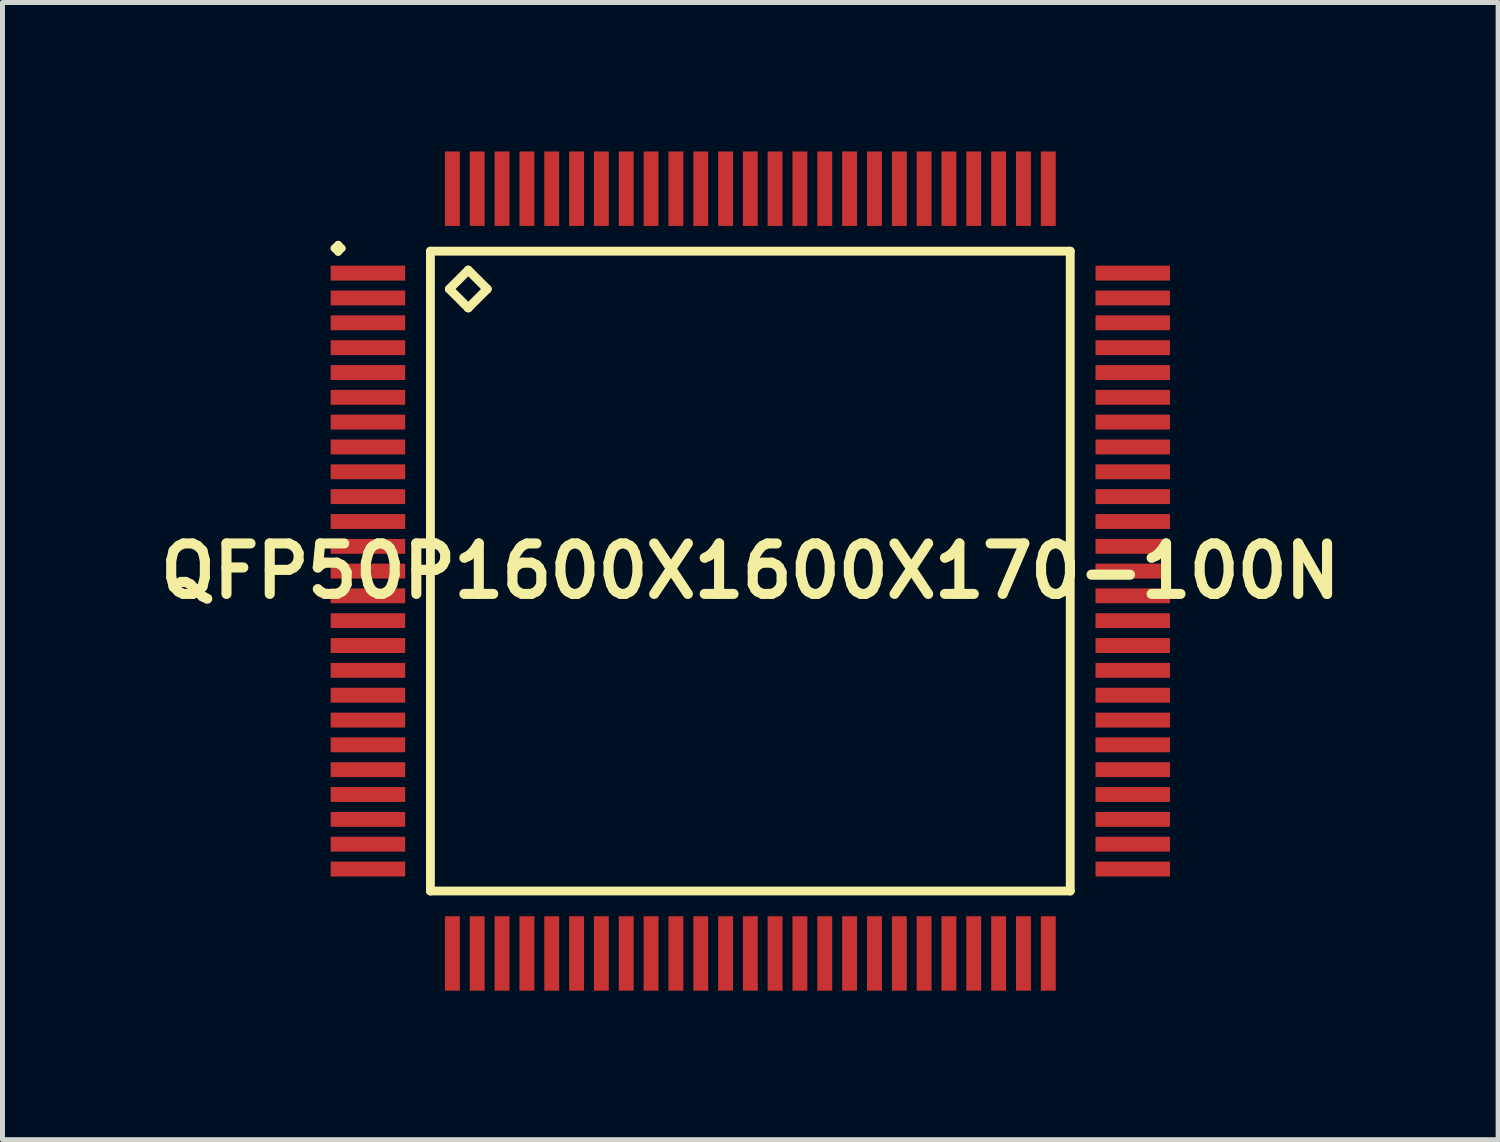
<source format=kicad_pcb>
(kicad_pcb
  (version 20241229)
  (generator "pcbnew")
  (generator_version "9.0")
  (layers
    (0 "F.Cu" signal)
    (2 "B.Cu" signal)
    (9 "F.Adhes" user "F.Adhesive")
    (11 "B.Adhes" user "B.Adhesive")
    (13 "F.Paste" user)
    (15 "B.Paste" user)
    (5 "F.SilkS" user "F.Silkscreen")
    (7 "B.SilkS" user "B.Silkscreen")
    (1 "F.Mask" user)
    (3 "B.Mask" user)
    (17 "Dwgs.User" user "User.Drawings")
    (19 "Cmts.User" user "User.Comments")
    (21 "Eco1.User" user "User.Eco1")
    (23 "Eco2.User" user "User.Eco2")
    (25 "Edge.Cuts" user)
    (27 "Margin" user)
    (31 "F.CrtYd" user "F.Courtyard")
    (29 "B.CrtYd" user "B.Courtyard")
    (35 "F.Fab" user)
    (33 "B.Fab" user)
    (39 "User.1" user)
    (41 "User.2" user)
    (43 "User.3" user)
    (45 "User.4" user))
  (footprint "QFP50P1600X1600X170-100N"
    (layer "F.Cu")
    (at 12.057 8.448)
    (property "Reference" "QFP50P1600X1600X170-100N" (at 0 0 0) (layer "F.SilkS") (effects (font (size 1.016 1.016) (thickness 0.203))))
    (attr smd)
    (fp_line (start -8.374 -6.5) (end -8.298 -6.574) (stroke (width 0.15) (type solid)) (layer "F.SilkS"))
    (fp_line (start -8.298 -6.574) (end -8.225 -6.5) (stroke (width 0.15) (type solid)) (layer "F.SilkS"))
    (fp_line (start -8.298 -6.424) (end -8.374 -6.5) (stroke (width 0.15) (type solid)) (layer "F.SilkS"))
    (fp_line (start -8.225 -6.5) (end -8.298 -6.424) (stroke (width 0.15) (type solid)) (layer "F.SilkS"))
    (fp_line (start -6.441 -6.441) (end -6.441 6.441) (stroke (width 0.178) (type solid)) (layer "F.SilkS"))
    (fp_line (start -6.441 6.441) (end 6.441 6.441) (stroke (width 0.178) (type solid)) (layer "F.SilkS"))
    (fp_line (start -6.06 -5.679) (end -5.679 -6.06) (stroke (width 0.178) (type solid)) (layer "F.SilkS"))
    (fp_line (start -5.679 -6.06) (end -5.298 -5.679) (stroke (width 0.178) (type solid)) (layer "F.SilkS"))
    (fp_line (start -5.679 -5.298) (end -6.06 -5.679) (stroke (width 0.178) (type solid)) (layer "F.SilkS"))
    (fp_line (start -5.298 -5.679) (end -5.679 -5.298) (stroke (width 0.178) (type solid)) (layer "F.SilkS"))
    (fp_line (start 6.441 -6.441) (end -6.441 -6.441) (stroke (width 0.178) (type solid)) (layer "F.SilkS"))
    (fp_line (start 6.441 6.441) (end 6.441 -6.441) (stroke (width 0.178) (type solid)) (layer "F.SilkS"))
    (pad "1" smd rect (at -7.699 -5.999) (size 1.499 0.3) (layers "F.Cu" "F.Mask" "F.Paste"))
    (pad "2" smd rect (at -7.699 -5.499) (size 1.499 0.3) (layers "F.Cu" "F.Mask" "F.Paste"))
    (pad "3" smd rect (at -7.699 -4.999) (size 1.499 0.3) (layers "F.Cu" "F.Mask" "F.Paste"))
    (pad "4" smd rect (at -7.699 -4.498) (size 1.499 0.3) (layers "F.Cu" "F.Mask" "F.Paste"))
    (pad "5" smd rect (at -7.699 -3.998) (size 1.499 0.3) (layers "F.Cu" "F.Mask" "F.Paste"))
    (pad "6" smd rect (at -7.699 -3.498) (size 1.499 0.3) (layers "F.Cu" "F.Mask" "F.Paste"))
    (pad "7" smd rect (at -7.699 -3) (size 1.499 0.3) (layers "F.Cu" "F.Mask" "F.Paste"))
    (pad "8" smd rect (at -7.699 -2.499) (size 1.499 0.3) (layers "F.Cu" "F.Mask" "F.Paste"))
    (pad "9" smd rect (at -7.699 -1.999) (size 1.499 0.3) (layers "F.Cu" "F.Mask" "F.Paste"))
    (pad "10" smd rect (at -7.699 -1.499) (size 1.499 0.3) (layers "F.Cu" "F.Mask" "F.Paste"))
    (pad "11" smd rect (at -7.699 -0.998) (size 1.499 0.3) (layers "F.Cu" "F.Mask" "F.Paste"))
    (pad "12" smd rect (at -7.699 -0.498) (size 1.499 0.3) (layers "F.Cu" "F.Mask" "F.Paste"))
    (pad "13" smd rect (at -7.699 0) (size 1.499 0.3) (layers "F.Cu" "F.Mask" "F.Paste"))
    (pad "14" smd rect (at -7.699 0.498) (size 1.499 0.3) (layers "F.Cu" "F.Mask" "F.Paste"))
    (pad "15" smd rect (at -7.699 0.998) (size 1.499 0.3) (layers "F.Cu" "F.Mask" "F.Paste"))
    (pad "16" smd rect (at -7.699 1.499) (size 1.499 0.3) (layers "F.Cu" "F.Mask" "F.Paste"))
    (pad "17" smd rect (at -7.699 1.999) (size 1.499 0.3) (layers "F.Cu" "F.Mask" "F.Paste"))
    (pad "18" smd rect (at -7.699 2.499) (size 1.499 0.3) (layers "F.Cu" "F.Mask" "F.Paste"))
    (pad "19" smd rect (at -7.699 3) (size 1.499 0.3) (layers "F.Cu" "F.Mask" "F.Paste"))
    (pad "20" smd rect (at -7.699 3.498) (size 1.499 0.3) (layers "F.Cu" "F.Mask" "F.Paste"))
    (pad "21" smd rect (at -7.699 3.998) (size 1.499 0.3) (layers "F.Cu" "F.Mask" "F.Paste"))
    (pad "22" smd rect (at -7.699 4.498) (size 1.499 0.3) (layers "F.Cu" "F.Mask" "F.Paste"))
    (pad "23" smd rect (at -7.699 4.999) (size 1.499 0.3) (layers "F.Cu" "F.Mask" "F.Paste"))
    (pad "24" smd rect (at -7.699 5.499) (size 1.499 0.3) (layers "F.Cu" "F.Mask" "F.Paste"))
    (pad "25" smd rect (at -7.699 5.999) (size 1.499 0.3) (layers "F.Cu" "F.Mask" "F.Paste"))
    (pad "26" smd rect (at -5.999 7.699) (size 0.3 1.499) (layers "F.Cu" "F.Mask" "F.Paste"))
    (pad "27" smd rect (at -5.499 7.699) (size 0.3 1.499) (layers "F.Cu" "F.Mask" "F.Paste"))
    (pad "28" smd rect (at -4.999 7.699) (size 0.3 1.499) (layers "F.Cu" "F.Mask" "F.Paste"))
    (pad "29" smd rect (at -4.498 7.699) (size 0.3 1.499) (layers "F.Cu" "F.Mask" "F.Paste"))
    (pad "30" smd rect (at -3.998 7.699) (size 0.3 1.499) (layers "F.Cu" "F.Mask" "F.Paste"))
    (pad "31" smd rect (at -3.498 7.699) (size 0.3 1.499) (layers "F.Cu" "F.Mask" "F.Paste"))
    (pad "32" smd rect (at -3 7.699) (size 0.3 1.499) (layers "F.Cu" "F.Mask" "F.Paste"))
    (pad "33" smd rect (at -2.499 7.699) (size 0.3 1.499) (layers "F.Cu" "F.Mask" "F.Paste"))
    (pad "34" smd rect (at -1.999 7.699) (size 0.3 1.499) (layers "F.Cu" "F.Mask" "F.Paste"))
    (pad "35" smd rect (at -1.499 7.699) (size 0.3 1.499) (layers "F.Cu" "F.Mask" "F.Paste"))
    (pad "36" smd rect (at -0.998 7.699) (size 0.3 1.499) (layers "F.Cu" "F.Mask" "F.Paste"))
    (pad "37" smd rect (at -0.498 7.699) (size 0.3 1.499) (layers "F.Cu" "F.Mask" "F.Paste"))
    (pad "38" smd rect (at 0 7.699) (size 0.3 1.499) (layers "F.Cu" "F.Mask" "F.Paste"))
    (pad "39" smd rect (at 0.498 7.699) (size 0.3 1.499) (layers "F.Cu" "F.Mask" "F.Paste"))
    (pad "40" smd rect (at 0.998 7.699) (size 0.3 1.499) (layers "F.Cu" "F.Mask" "F.Paste"))
    (pad "41" smd rect (at 1.499 7.699) (size 0.3 1.499) (layers "F.Cu" "F.Mask" "F.Paste"))
    (pad "42" smd rect (at 1.999 7.699) (size 0.3 1.499) (layers "F.Cu" "F.Mask" "F.Paste"))
    (pad "43" smd rect (at 2.499 7.699) (size 0.3 1.499) (layers "F.Cu" "F.Mask" "F.Paste"))
    (pad "44" smd rect (at 3 7.699) (size 0.3 1.499) (layers "F.Cu" "F.Mask" "F.Paste"))
    (pad "45" smd rect (at 3.498 7.699) (size 0.3 1.499) (layers "F.Cu" "F.Mask" "F.Paste"))
    (pad "46" smd rect (at 3.998 7.699) (size 0.3 1.499) (layers "F.Cu" "F.Mask" "F.Paste"))
    (pad "47" smd rect (at 4.498 7.699) (size 0.3 1.499) (layers "F.Cu" "F.Mask" "F.Paste"))
    (pad "48" smd rect (at 4.999 7.699) (size 0.3 1.499) (layers "F.Cu" "F.Mask" "F.Paste"))
    (pad "49" smd rect (at 5.499 7.699) (size 0.3 1.499) (layers "F.Cu" "F.Mask" "F.Paste"))
    (pad "50" smd rect (at 5.999 7.699) (size 0.3 1.499) (layers "F.Cu" "F.Mask" "F.Paste"))
    (pad "51" smd rect (at 7.699 5.999) (size 1.499 0.3) (layers "F.Cu" "F.Mask" "F.Paste"))
    (pad "52" smd rect (at 7.699 5.499) (size 1.499 0.3) (layers "F.Cu" "F.Mask" "F.Paste"))
    (pad "53" smd rect (at 7.699 4.999) (size 1.499 0.3) (layers "F.Cu" "F.Mask" "F.Paste"))
    (pad "54" smd rect (at 7.699 4.498) (size 1.499 0.3) (layers "F.Cu" "F.Mask" "F.Paste"))
    (pad "55" smd rect (at 7.699 3.998) (size 1.499 0.3) (layers "F.Cu" "F.Mask" "F.Paste"))
    (pad "56" smd rect (at 7.699 3.498) (size 1.499 0.3) (layers "F.Cu" "F.Mask" "F.Paste"))
    (pad "57" smd rect (at 7.699 3) (size 1.499 0.3) (layers "F.Cu" "F.Mask" "F.Paste"))
    (pad "58" smd rect (at 7.699 2.499) (size 1.499 0.3) (layers "F.Cu" "F.Mask" "F.Paste"))
    (pad "59" smd rect (at 7.699 1.999) (size 1.499 0.3) (layers "F.Cu" "F.Mask" "F.Paste"))
    (pad "60" smd rect (at 7.699 1.499) (size 1.499 0.3) (layers "F.Cu" "F.Mask" "F.Paste"))
    (pad "61" smd rect (at 7.699 0.998) (size 1.499 0.3) (layers "F.Cu" "F.Mask" "F.Paste"))
    (pad "62" smd rect (at 7.699 0.498) (size 1.499 0.3) (layers "F.Cu" "F.Mask" "F.Paste"))
    (pad "63" smd rect (at 7.699 0) (size 1.499 0.3) (layers "F.Cu" "F.Mask" "F.Paste"))
    (pad "64" smd rect (at 7.699 -0.498) (size 1.499 0.3) (layers "F.Cu" "F.Mask" "F.Paste"))
    (pad "65" smd rect (at 7.699 -0.998) (size 1.499 0.3) (layers "F.Cu" "F.Mask" "F.Paste"))
    (pad "66" smd rect (at 7.699 -1.499) (size 1.499 0.3) (layers "F.Cu" "F.Mask" "F.Paste"))
    (pad "67" smd rect (at 7.699 -1.999) (size 1.499 0.3) (layers "F.Cu" "F.Mask" "F.Paste"))
    (pad "68" smd rect (at 7.699 -2.499) (size 1.499 0.3) (layers "F.Cu" "F.Mask" "F.Paste"))
    (pad "69" smd rect (at 7.699 -3) (size 1.499 0.3) (layers "F.Cu" "F.Mask" "F.Paste"))
    (pad "70" smd rect (at 7.699 -3.498) (size 1.499 0.3) (layers "F.Cu" "F.Mask" "F.Paste"))
    (pad "71" smd rect (at 7.699 -3.998) (size 1.499 0.3) (layers "F.Cu" "F.Mask" "F.Paste"))
    (pad "72" smd rect (at 7.699 -4.498) (size 1.499 0.3) (layers "F.Cu" "F.Mask" "F.Paste"))
    (pad "73" smd rect (at 7.699 -4.999) (size 1.499 0.3) (layers "F.Cu" "F.Mask" "F.Paste"))
    (pad "74" smd rect (at 7.699 -5.499) (size 1.499 0.3) (layers "F.Cu" "F.Mask" "F.Paste"))
    (pad "75" smd rect (at 7.699 -5.999) (size 1.499 0.3) (layers "F.Cu" "F.Mask" "F.Paste"))
    (pad "76" smd rect (at 5.999 -7.699) (size 0.3 1.499) (layers "F.Cu" "F.Mask" "F.Paste"))
    (pad "77" smd rect (at 5.499 -7.699) (size 0.3 1.499) (layers "F.Cu" "F.Mask" "F.Paste"))
    (pad "78" smd rect (at 4.999 -7.699) (size 0.3 1.499) (layers "F.Cu" "F.Mask" "F.Paste"))
    (pad "79" smd rect (at 4.498 -7.699) (size 0.3 1.499) (layers "F.Cu" "F.Mask" "F.Paste"))
    (pad "80" smd rect (at 3.998 -7.699) (size 0.3 1.499) (layers "F.Cu" "F.Mask" "F.Paste"))
    (pad "81" smd rect (at 3.498 -7.699) (size 0.3 1.499) (layers "F.Cu" "F.Mask" "F.Paste"))
    (pad "82" smd rect (at 3 -7.699) (size 0.3 1.499) (layers "F.Cu" "F.Mask" "F.Paste"))
    (pad "83" smd rect (at 2.499 -7.699) (size 0.3 1.499) (layers "F.Cu" "F.Mask" "F.Paste"))
    (pad "84" smd rect (at 1.999 -7.699) (size 0.3 1.499) (layers "F.Cu" "F.Mask" "F.Paste"))
    (pad "85" smd rect (at 1.499 -7.699) (size 0.3 1.499) (layers "F.Cu" "F.Mask" "F.Paste"))
    (pad "86" smd rect (at 0.998 -7.699) (size 0.3 1.499) (layers "F.Cu" "F.Mask" "F.Paste"))
    (pad "87" smd rect (at 0.498 -7.699) (size 0.3 1.499) (layers "F.Cu" "F.Mask" "F.Paste"))
    (pad "88" smd rect (at 0 -7.699) (size 0.3 1.499) (layers "F.Cu" "F.Mask" "F.Paste"))
    (pad "89" smd rect (at -0.498 -7.699) (size 0.3 1.499) (layers "F.Cu" "F.Mask" "F.Paste"))
    (pad "90" smd rect (at -0.998 -7.699) (size 0.3 1.499) (layers "F.Cu" "F.Mask" "F.Paste"))
    (pad "91" smd rect (at -1.499 -7.699) (size 0.3 1.499) (layers "F.Cu" "F.Mask" "F.Paste"))
    (pad "92" smd rect (at -1.999 -7.699) (size 0.3 1.499) (layers "F.Cu" "F.Mask" "F.Paste"))
    (pad "93" smd rect (at -2.499 -7.699) (size 0.3 1.499) (layers "F.Cu" "F.Mask" "F.Paste"))
    (pad "94" smd rect (at -3 -7.699) (size 0.3 1.499) (layers "F.Cu" "F.Mask" "F.Paste"))
    (pad "95" smd rect (at -3.498 -7.699) (size 0.3 1.499) (layers "F.Cu" "F.Mask" "F.Paste"))
    (pad "96" smd rect (at -3.998 -7.699) (size 0.3 1.499) (layers "F.Cu" "F.Mask" "F.Paste"))
    (pad "97" smd rect (at -4.498 -7.699) (size 0.3 1.499) (layers "F.Cu" "F.Mask" "F.Paste"))
    (pad "98" smd rect (at -4.999 -7.699) (size 0.3 1.499) (layers "F.Cu" "F.Mask" "F.Paste"))
    (pad "99" smd rect (at -5.499 -7.699) (size 0.3 1.499) (layers "F.Cu" "F.Mask" "F.Paste"))
    (pad "100" smd rect (at -5.999 -7.699) (size 0.3 1.499) (layers "F.Cu" "F.Mask" "F.Paste")))
  (gr_rect
    (start -3 -3)
    (end 27.113 19.896)
    (stroke (width 0.1) (type default))
    (fill no)
    (layer "Edge.Cuts")))
</source>
